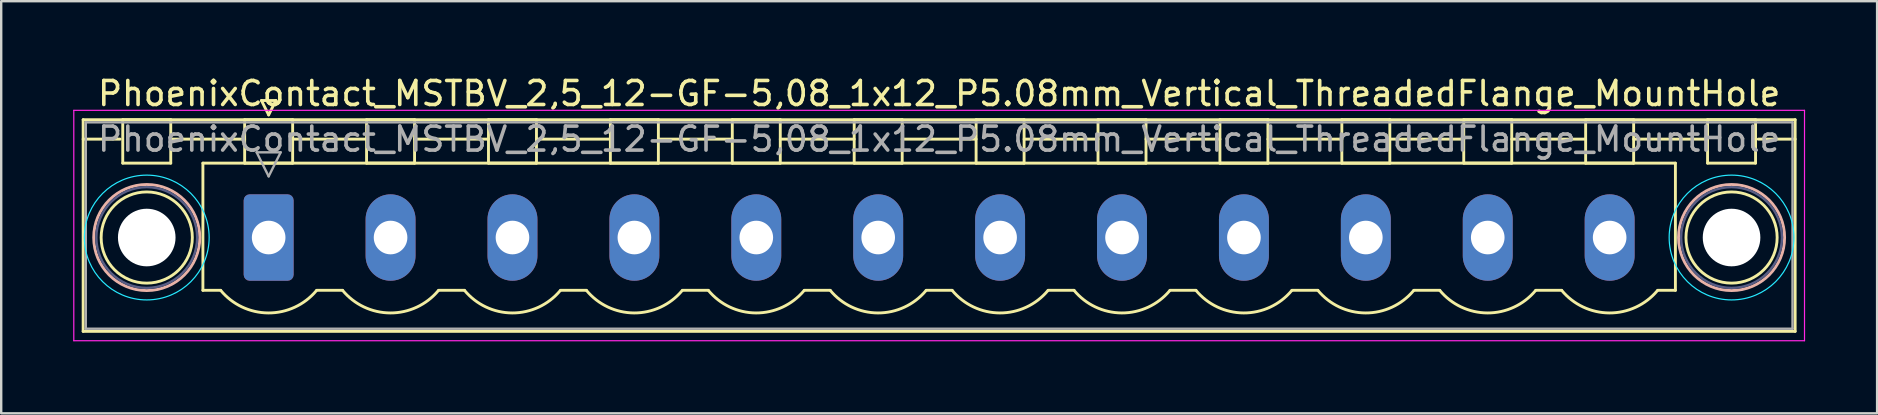
<source format=kicad_pcb>
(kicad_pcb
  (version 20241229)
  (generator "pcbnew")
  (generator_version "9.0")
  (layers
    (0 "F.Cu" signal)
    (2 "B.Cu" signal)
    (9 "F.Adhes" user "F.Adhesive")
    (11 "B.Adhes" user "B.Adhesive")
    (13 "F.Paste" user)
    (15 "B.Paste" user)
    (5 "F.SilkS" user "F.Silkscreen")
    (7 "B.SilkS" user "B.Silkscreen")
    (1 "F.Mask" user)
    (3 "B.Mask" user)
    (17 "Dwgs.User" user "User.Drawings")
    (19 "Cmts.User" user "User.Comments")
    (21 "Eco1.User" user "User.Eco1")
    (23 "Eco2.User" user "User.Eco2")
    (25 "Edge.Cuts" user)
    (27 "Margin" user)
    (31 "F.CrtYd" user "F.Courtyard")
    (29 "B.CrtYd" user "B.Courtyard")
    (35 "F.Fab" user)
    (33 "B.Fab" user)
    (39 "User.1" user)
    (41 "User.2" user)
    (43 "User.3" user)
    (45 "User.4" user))
  (footprint "PhoenixContact_MSTBV_2,5_12-GF-5,08_1x12_P5.08mm_Vertical_ThreadedFlange_MountHole"
    (layer "F.Cu")
    (at 8.145 6.848)
    (property "Reference" "PhoenixContact_MSTBV_2,5_12-GF-5,08_1x12_P5.08mm_Vertical_ThreadedFlange_MountHole" (at 27.94 -6 0) (layer "F.SilkS") (effects (font (size 1 1) (thickness 0.15))))
    (attr through_hole)
    (fp_line (start -7.73 -4.91) (end -7.73 3.91) (stroke (width 0.12) (type solid)) (layer "F.SilkS"))
    (fp_line (start -7.73 -4.1) (end -6.19 -4.1) (stroke (width 0.12) (type solid)) (layer "F.SilkS"))
    (fp_line (start -7.73 3.91) (end 63.61 3.91) (stroke (width 0.12) (type solid)) (layer "F.SilkS"))
    (fp_line (start -6.08 -4.91) (end -4.08 -4.91) (stroke (width 0.12) (type solid)) (layer "F.SilkS"))
    (fp_line (start -6.08 -3.1) (end -6.08 -4.91) (stroke (width 0.12) (type solid)) (layer "F.SilkS"))
    (fp_line (start -4.08 -4.91) (end -4.08 -3.1) (stroke (width 0.12) (type solid)) (layer "F.SilkS"))
    (fp_line (start -4.08 -4.1) (end -1 -4.1) (stroke (width 0.12) (type solid)) (layer "F.SilkS"))
    (fp_line (start -4.08 -3.1) (end -6.08 -3.1) (stroke (width 0.12) (type solid)) (layer "F.SilkS"))
    (fp_line (start -2.74 -3.1) (end 58.62 -3.1) (stroke (width 0.12) (type solid)) (layer "F.SilkS"))
    (fp_line (start -2.74 2.2) (end -2.74 -3.1) (stroke (width 0.12) (type solid)) (layer "F.SilkS"))
    (fp_line (start -2 2.2) (end -2.74 2.2) (stroke (width 0.12) (type solid)) (layer "F.SilkS"))
    (fp_line (start -1 -4.91) (end 1 -4.91) (stroke (width 0.12) (type solid)) (layer "F.SilkS"))
    (fp_line (start -1 -3.1) (end -1 -4.91) (stroke (width 0.12) (type solid)) (layer "F.SilkS"))
    (fp_line (start -0.3 -5.71) (end 0.3 -5.71) (stroke (width 0.12) (type solid)) (layer "F.SilkS"))
    (fp_line (start 0 -5.11) (end -0.3 -5.71) (stroke (width 0.12) (type solid)) (layer "F.SilkS"))
    (fp_line (start 0.3 -5.71) (end 0 -5.11) (stroke (width 0.12) (type solid)) (layer "F.SilkS"))
    (fp_line (start 1 -4.91) (end 1 -3.1) (stroke (width 0.12) (type solid)) (layer "F.SilkS"))
    (fp_line (start 1 -4.1) (end 4.08 -4.1) (stroke (width 0.12) (type solid)) (layer "F.SilkS"))
    (fp_line (start 1 -3.1) (end -1 -3.1) (stroke (width 0.12) (type solid)) (layer "F.SilkS"))
    (fp_line (start 2 2.2) (end 3.08 2.2) (stroke (width 0.12) (type solid)) (layer "F.SilkS"))
    (fp_line (start 4.08 -4.91) (end 6.08 -4.91) (stroke (width 0.12) (type solid)) (layer "F.SilkS"))
    (fp_line (start 4.08 -3.1) (end 4.08 -4.91) (stroke (width 0.12) (type solid)) (layer "F.SilkS"))
    (fp_line (start 6.08 -4.91) (end 6.08 -3.1) (stroke (width 0.12) (type solid)) (layer "F.SilkS"))
    (fp_line (start 6.08 -4.1) (end 9.16 -4.1) (stroke (width 0.12) (type solid)) (layer "F.SilkS"))
    (fp_line (start 6.08 -3.1) (end 4.08 -3.1) (stroke (width 0.12) (type solid)) (layer "F.SilkS"))
    (fp_line (start 7.08 2.2) (end 8.16 2.2) (stroke (width 0.12) (type solid)) (layer "F.SilkS"))
    (fp_line (start 9.16 -4.91) (end 11.16 -4.91) (stroke (width 0.12) (type solid)) (layer "F.SilkS"))
    (fp_line (start 9.16 -3.1) (end 9.16 -4.91) (stroke (width 0.12) (type solid)) (layer "F.SilkS"))
    (fp_line (start 11.16 -4.91) (end 11.16 -3.1) (stroke (width 0.12) (type solid)) (layer "F.SilkS"))
    (fp_line (start 11.16 -4.1) (end 14.24 -4.1) (stroke (width 0.12) (type solid)) (layer "F.SilkS"))
    (fp_line (start 11.16 -3.1) (end 9.16 -3.1) (stroke (width 0.12) (type solid)) (layer "F.SilkS"))
    (fp_line (start 12.16 2.2) (end 13.24 2.2) (stroke (width 0.12) (type solid)) (layer "F.SilkS"))
    (fp_line (start 14.24 -4.91) (end 16.24 -4.91) (stroke (width 0.12) (type solid)) (layer "F.SilkS"))
    (fp_line (start 14.24 -3.1) (end 14.24 -4.91) (stroke (width 0.12) (type solid)) (layer "F.SilkS"))
    (fp_line (start 16.24 -4.91) (end 16.24 -3.1) (stroke (width 0.12) (type solid)) (layer "F.SilkS"))
    (fp_line (start 16.24 -4.1) (end 19.32 -4.1) (stroke (width 0.12) (type solid)) (layer "F.SilkS"))
    (fp_line (start 16.24 -3.1) (end 14.24 -3.1) (stroke (width 0.12) (type solid)) (layer "F.SilkS"))
    (fp_line (start 17.24 2.2) (end 18.32 2.2) (stroke (width 0.12) (type solid)) (layer "F.SilkS"))
    (fp_line (start 19.32 -4.91) (end 21.32 -4.91) (stroke (width 0.12) (type solid)) (layer "F.SilkS"))
    (fp_line (start 19.32 -3.1) (end 19.32 -4.91) (stroke (width 0.12) (type solid)) (layer "F.SilkS"))
    (fp_line (start 21.32 -4.91) (end 21.32 -3.1) (stroke (width 0.12) (type solid)) (layer "F.SilkS"))
    (fp_line (start 21.32 -4.1) (end 24.4 -4.1) (stroke (width 0.12) (type solid)) (layer "F.SilkS"))
    (fp_line (start 21.32 -3.1) (end 19.32 -3.1) (stroke (width 0.12) (type solid)) (layer "F.SilkS"))
    (fp_line (start 22.32 2.2) (end 23.4 2.2) (stroke (width 0.12) (type solid)) (layer "F.SilkS"))
    (fp_line (start 24.4 -4.91) (end 26.4 -4.91) (stroke (width 0.12) (type solid)) (layer "F.SilkS"))
    (fp_line (start 24.4 -3.1) (end 24.4 -4.91) (stroke (width 0.12) (type solid)) (layer "F.SilkS"))
    (fp_line (start 26.4 -4.91) (end 26.4 -3.1) (stroke (width 0.12) (type solid)) (layer "F.SilkS"))
    (fp_line (start 26.4 -4.1) (end 29.48 -4.1) (stroke (width 0.12) (type solid)) (layer "F.SilkS"))
    (fp_line (start 26.4 -3.1) (end 24.4 -3.1) (stroke (width 0.12) (type solid)) (layer "F.SilkS"))
    (fp_line (start 27.4 2.2) (end 28.48 2.2) (stroke (width 0.12) (type solid)) (layer "F.SilkS"))
    (fp_line (start 29.48 -4.91) (end 31.48 -4.91) (stroke (width 0.12) (type solid)) (layer "F.SilkS"))
    (fp_line (start 29.48 -3.1) (end 29.48 -4.91) (stroke (width 0.12) (type solid)) (layer "F.SilkS"))
    (fp_line (start 31.48 -4.91) (end 31.48 -3.1) (stroke (width 0.12) (type solid)) (layer "F.SilkS"))
    (fp_line (start 31.48 -4.1) (end 34.56 -4.1) (stroke (width 0.12) (type solid)) (layer "F.SilkS"))
    (fp_line (start 31.48 -3.1) (end 29.48 -3.1) (stroke (width 0.12) (type solid)) (layer "F.SilkS"))
    (fp_line (start 32.48 2.2) (end 33.56 2.2) (stroke (width 0.12) (type solid)) (layer "F.SilkS"))
    (fp_line (start 34.56 -4.91) (end 36.56 -4.91) (stroke (width 0.12) (type solid)) (layer "F.SilkS"))
    (fp_line (start 34.56 -3.1) (end 34.56 -4.91) (stroke (width 0.12) (type solid)) (layer "F.SilkS"))
    (fp_line (start 36.56 -4.91) (end 36.56 -3.1) (stroke (width 0.12) (type solid)) (layer "F.SilkS"))
    (fp_line (start 36.56 -4.1) (end 39.64 -4.1) (stroke (width 0.12) (type solid)) (layer "F.SilkS"))
    (fp_line (start 36.56 -3.1) (end 34.56 -3.1) (stroke (width 0.12) (type solid)) (layer "F.SilkS"))
    (fp_line (start 37.56 2.2) (end 38.64 2.2) (stroke (width 0.12) (type solid)) (layer "F.SilkS"))
    (fp_line (start 39.64 -4.91) (end 41.64 -4.91) (stroke (width 0.12) (type solid)) (layer "F.SilkS"))
    (fp_line (start 39.64 -3.1) (end 39.64 -4.91) (stroke (width 0.12) (type solid)) (layer "F.SilkS"))
    (fp_line (start 41.64 -4.91) (end 41.64 -3.1) (stroke (width 0.12) (type solid)) (layer "F.SilkS"))
    (fp_line (start 41.64 -4.1) (end 44.72 -4.1) (stroke (width 0.12) (type solid)) (layer "F.SilkS"))
    (fp_line (start 41.64 -3.1) (end 39.64 -3.1) (stroke (width 0.12) (type solid)) (layer "F.SilkS"))
    (fp_line (start 42.64 2.2) (end 43.72 2.2) (stroke (width 0.12) (type solid)) (layer "F.SilkS"))
    (fp_line (start 44.72 -4.91) (end 46.72 -4.91) (stroke (width 0.12) (type solid)) (layer "F.SilkS"))
    (fp_line (start 44.72 -3.1) (end 44.72 -4.91) (stroke (width 0.12) (type solid)) (layer "F.SilkS"))
    (fp_line (start 46.72 -4.91) (end 46.72 -3.1) (stroke (width 0.12) (type solid)) (layer "F.SilkS"))
    (fp_line (start 46.72 -4.1) (end 49.8 -4.1) (stroke (width 0.12) (type solid)) (layer "F.SilkS"))
    (fp_line (start 46.72 -3.1) (end 44.72 -3.1) (stroke (width 0.12) (type solid)) (layer "F.SilkS"))
    (fp_line (start 47.72 2.2) (end 48.8 2.2) (stroke (width 0.12) (type solid)) (layer "F.SilkS"))
    (fp_line (start 49.8 -4.91) (end 51.8 -4.91) (stroke (width 0.12) (type solid)) (layer "F.SilkS"))
    (fp_line (start 49.8 -3.1) (end 49.8 -4.91) (stroke (width 0.12) (type solid)) (layer "F.SilkS"))
    (fp_line (start 51.8 -4.91) (end 51.8 -3.1) (stroke (width 0.12) (type solid)) (layer "F.SilkS"))
    (fp_line (start 51.8 -4.1) (end 54.88 -4.1) (stroke (width 0.12) (type solid)) (layer "F.SilkS"))
    (fp_line (start 51.8 -3.1) (end 49.8 -3.1) (stroke (width 0.12) (type solid)) (layer "F.SilkS"))
    (fp_line (start 52.8 2.2) (end 53.88 2.2) (stroke (width 0.12) (type solid)) (layer "F.SilkS"))
    (fp_line (start 54.88 -4.91) (end 56.88 -4.91) (stroke (width 0.12) (type solid)) (layer "F.SilkS"))
    (fp_line (start 54.88 -3.1) (end 54.88 -4.91) (stroke (width 0.12) (type solid)) (layer "F.SilkS"))
    (fp_line (start 56.88 -4.91) (end 56.88 -3.1) (stroke (width 0.12) (type solid)) (layer "F.SilkS"))
    (fp_line (start 56.88 -4.1) (end 59.96 -4.1) (stroke (width 0.12) (type solid)) (layer "F.SilkS"))
    (fp_line (start 56.88 -3.1) (end 54.88 -3.1) (stroke (width 0.12) (type solid)) (layer "F.SilkS"))
    (fp_line (start 58.62 -3.1) (end 58.62 2.2) (stroke (width 0.12) (type solid)) (layer "F.SilkS"))
    (fp_line (start 58.62 2.2) (end 57.88 2.2) (stroke (width 0.12) (type solid)) (layer "F.SilkS"))
    (fp_line (start 59.96 -4.91) (end 61.96 -4.91) (stroke (width 0.12) (type solid)) (layer "F.SilkS"))
    (fp_line (start 59.96 -3.1) (end 59.96 -4.91) (stroke (width 0.12) (type solid)) (layer "F.SilkS"))
    (fp_line (start 61.96 -4.91) (end 61.96 -3.1) (stroke (width 0.12) (type solid)) (layer "F.SilkS"))
    (fp_line (start 61.96 -3.1) (end 59.96 -3.1) (stroke (width 0.12) (type solid)) (layer "F.SilkS"))
    (fp_line (start 63.61 -4.91) (end -7.73 -4.91) (stroke (width 0.12) (type solid)) (layer "F.SilkS"))
    (fp_line (start 63.61 -4.1) (end 62.07 -4.1) (stroke (width 0.12) (type solid)) (layer "F.SilkS"))
    (fp_line (start 63.61 3.91) (end 63.61 -4.91) (stroke (width 0.12) (type solid)) (layer "F.SilkS"))
    (fp_arc (start 1.986842 2.215821) (mid -0.010289 3.142758) (end -2 2.2) (stroke (width 0.12) (type solid)) (layer "F.SilkS"))
    (fp_arc (start 7.066842 2.215821) (mid 5.069711 3.142758) (end 3.08 2.2) (stroke (width 0.12) (type solid)) (layer "F.SilkS"))
    (fp_arc (start 12.146842 2.215821) (mid 10.149711 3.142758) (end 8.16 2.2) (stroke (width 0.12) (type solid)) (layer "F.SilkS"))
    (fp_arc (start 17.226842 2.215821) (mid 15.229711 3.142758) (end 13.24 2.2) (stroke (width 0.12) (type solid)) (layer "F.SilkS"))
    (fp_arc (start 22.306842 2.215821) (mid 20.309711 3.142758) (end 18.32 2.2) (stroke (width 0.12) (type solid)) (layer "F.SilkS"))
    (fp_arc (start 27.386842 2.215821) (mid 25.389711 3.142758) (end 23.4 2.2) (stroke (width 0.12) (type solid)) (layer "F.SilkS"))
    (fp_arc (start 32.466842 2.215821) (mid 30.469711 3.142758) (end 28.48 2.2) (stroke (width 0.12) (type solid)) (layer "F.SilkS"))
    (fp_arc (start 37.546842 2.215821) (mid 35.549711 3.142758) (end 33.56 2.2) (stroke (width 0.12) (type solid)) (layer "F.SilkS"))
    (fp_arc (start 42.626842 2.215821) (mid 40.629711 3.142758) (end 38.64 2.2) (stroke (width 0.12) (type solid)) (layer "F.SilkS"))
    (fp_arc (start 47.706842 2.215821) (mid 45.709711 3.142758) (end 43.72 2.2) (stroke (width 0.12) (type solid)) (layer "F.SilkS"))
    (fp_arc (start 52.786842 2.215821) (mid 50.789711 3.142758) (end 48.8 2.2) (stroke (width 0.12) (type solid)) (layer "F.SilkS"))
    (fp_arc (start 57.866842 2.215821) (mid 55.869711 3.142758) (end 53.88 2.2) (stroke (width 0.12) (type solid)) (layer "F.SilkS"))
    (fp_circle (center -5.08 0) (end -3.18 0) (stroke (width 0.12) (type solid)) (fill no) (layer "F.SilkS"))
    (fp_circle (center 60.96 0) (end 62.86 0) (stroke (width 0.12) (type solid)) (fill no) (layer "F.SilkS"))
    (fp_circle (center -5.08 0) (end -2.87 0) (stroke (width 0.12) (type solid)) (fill no) (layer "B.SilkS"))
    (fp_circle (center 60.96 0) (end 63.17 0) (stroke (width 0.12) (type solid)) (fill no) (layer "B.SilkS"))
    (fp_circle (center -5.08 0) (end -2.48 0) (stroke (width 0.05) (type solid)) (fill no) (layer "B.CrtYd"))
    (fp_circle (center 60.96 0) (end 63.56 0) (stroke (width 0.05) (type solid)) (fill no) (layer "B.CrtYd"))
    (fp_line (start -8.12 -5.3) (end -8.12 4.3) (stroke (width 0.05) (type solid)) (layer "F.CrtYd"))
    (fp_line (start -8.12 4.3) (end 64 4.3) (stroke (width 0.05) (type solid)) (layer "F.CrtYd"))
    (fp_line (start 64 -5.3) (end -8.12 -5.3) (stroke (width 0.05) (type solid)) (layer "F.CrtYd"))
    (fp_line (start 64 4.3) (end 64 -5.3) (stroke (width 0.05) (type solid)) (layer "F.CrtYd"))
    (fp_circle (center -5.08 0) (end -2.98 0) (stroke (width 0.1) (type solid)) (fill no) (layer "B.Fab"))
    (fp_circle (center 60.96 0) (end 63.06 0) (stroke (width 0.1) (type solid)) (fill no) (layer "B.Fab"))
    (fp_line (start -7.62 -4.8) (end -7.62 3.8) (stroke (width 0.1) (type solid)) (layer "F.Fab"))
    (fp_line (start -7.62 3.8) (end 63.5 3.8) (stroke (width 0.1) (type solid)) (layer "F.Fab"))
    (fp_line (start -0.5 -3.55) (end 0.5 -3.55) (stroke (width 0.1) (type solid)) (layer "F.Fab"))
    (fp_line (start 0 -2.55) (end -0.5 -3.55) (stroke (width 0.1) (type solid)) (layer "F.Fab"))
    (fp_line (start 0.5 -3.55) (end 0 -2.55) (stroke (width 0.1) (type solid)) (layer "F.Fab"))
    (fp_line (start 63.5 -4.8) (end -7.62 -4.8) (stroke (width 0.1) (type solid)) (layer "F.Fab"))
    (fp_line (start 63.5 3.8) (end 63.5 -4.8) (stroke (width 0.1) (type solid)) (layer "F.Fab"))
    (fp_text user "${REFERENCE}" (at 27.94 -4.1 0) (layer "F.Fab") (effects (font (size 1 1) (thickness 0.15))))
    (pad "" np_thru_hole circle (at -5.08 0) (size 2.4 2.4) (drill 2.4) (layers "*.Cu" "*.Mask"))
    (pad "" np_thru_hole circle (at 60.96 0) (size 2.4 2.4) (drill 2.4) (layers "*.Cu" "*.Mask"))
    (pad "1" thru_hole roundrect (at 0 0) (size 2.08 3.6) (drill 1.4) (layers "*.Cu" "*.Mask") (roundrect_rratio 0.12))
    (pad "2" thru_hole oval (at 5.08 0) (size 2.08 3.6) (drill 1.4) (layers "*.Cu" "*.Mask"))
    (pad "3" thru_hole oval (at 10.16 0) (size 2.08 3.6) (drill 1.4) (layers "*.Cu" "*.Mask"))
    (pad "4" thru_hole oval (at 15.24 0) (size 2.08 3.6) (drill 1.4) (layers "*.Cu" "*.Mask"))
    (pad "5" thru_hole oval (at 20.32 0) (size 2.08 3.6) (drill 1.4) (layers "*.Cu" "*.Mask"))
    (pad "6" thru_hole oval (at 25.4 0) (size 2.08 3.6) (drill 1.4) (layers "*.Cu" "*.Mask"))
    (pad "7" thru_hole oval (at 30.48 0) (size 2.08 3.6) (drill 1.4) (layers "*.Cu" "*.Mask"))
    (pad "8" thru_hole oval (at 35.56 0) (size 2.08 3.6) (drill 1.4) (layers "*.Cu" "*.Mask"))
    (pad "9" thru_hole oval (at 40.64 0) (size 2.08 3.6) (drill 1.4) (layers "*.Cu" "*.Mask"))
    (pad "10" thru_hole oval (at 45.72 0) (size 2.08 3.6) (drill 1.4) (layers "*.Cu" "*.Mask"))
    (pad "11" thru_hole oval (at 50.8 0) (size 2.08 3.6) (drill 1.4) (layers "*.Cu" "*.Mask"))
    (pad "12" thru_hole oval (at 55.88 0) (size 2.08 3.6) (drill 1.4) (layers "*.Cu" "*.Mask")))
  (gr_rect
    (start -3 -3)
    (end 75.17 14.173)
    (stroke (width 0.1) (type default))
    (fill no)
    (layer "Edge.Cuts")))
</source>
